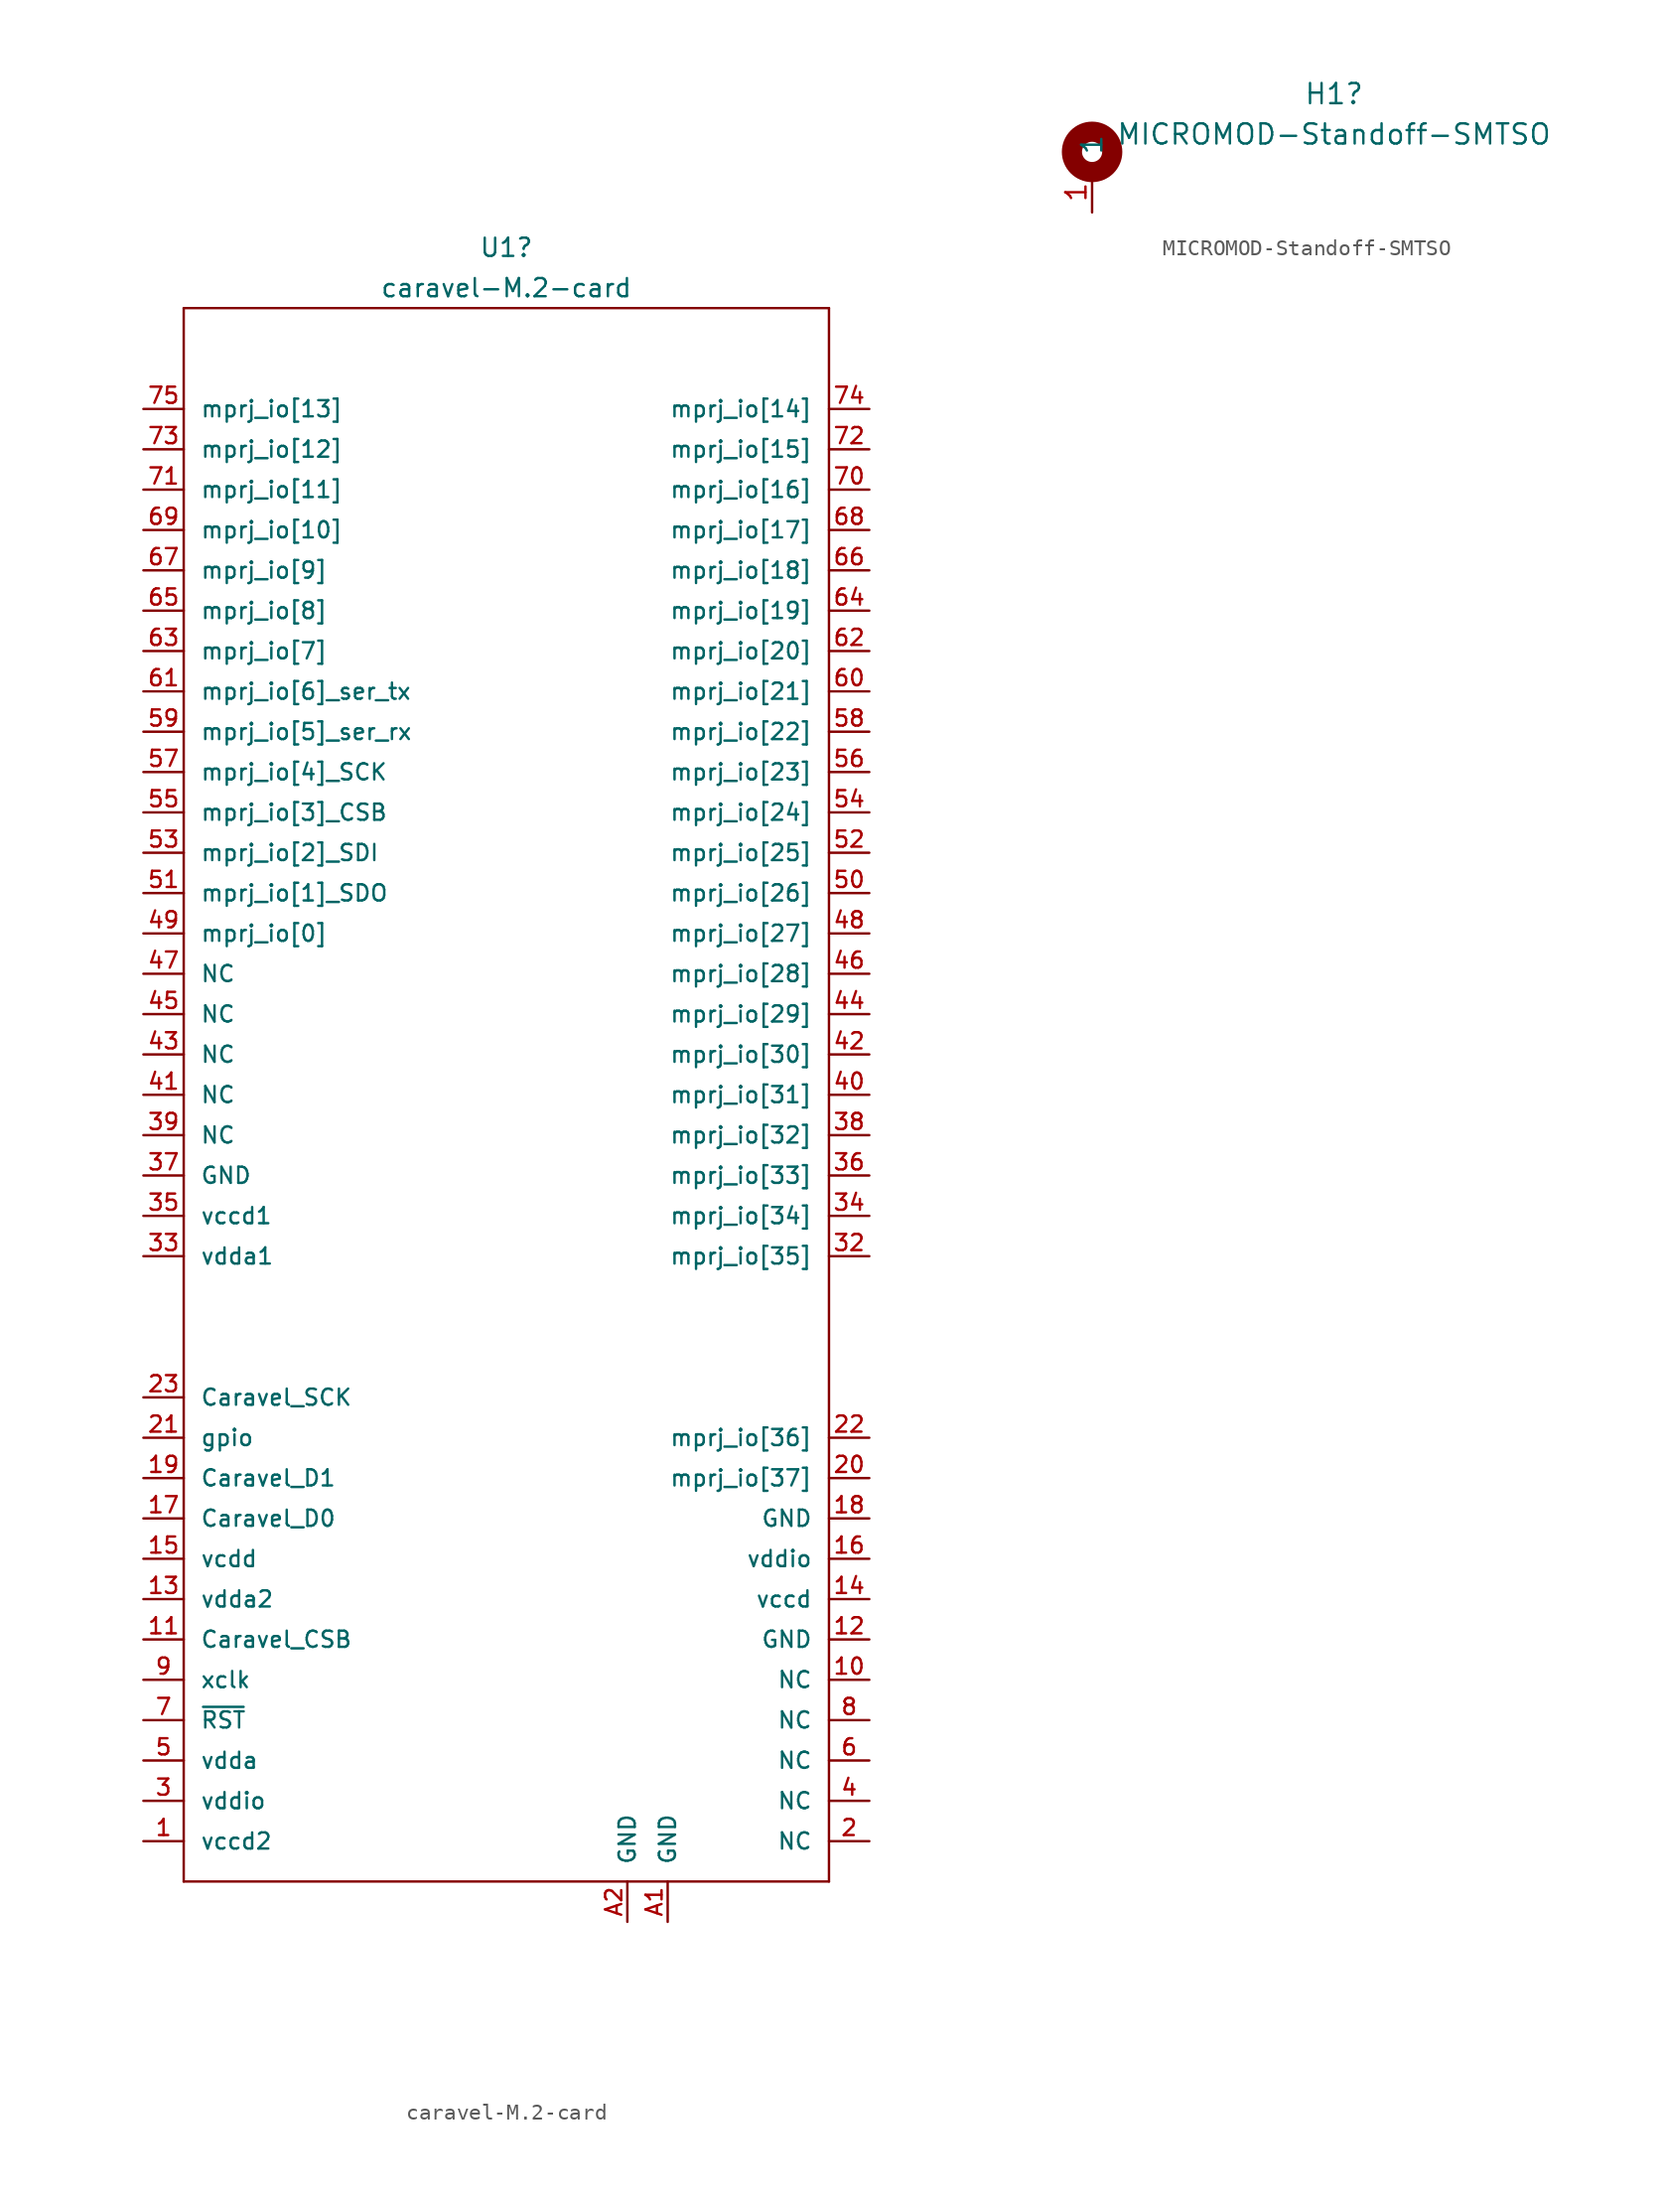
<source format=kicad_sym>
(kicad_symbol_lib
  (version 20220914)
  (generator kicad_symbol_editor)
  (symbol "caravel-M.2-card"
    (pin_names
      (offset 1.016))
    (property "Reference" "U1"
      (at 0 57.15 0)
      (effects (font (size 1.143 1.143))))
    (property "Value" "caravel-M.2-card"
      (at 0 54.61 0)
      (effects (font (size 1.143 1.143))))
    (symbol "caravel-M.2-card_1_0"
      (polyline (pts (xy -20.32 -45.72) (xy -20.32 53.34)) (stroke (width 0) (type default)) (fill (type none)))
      (polyline (pts (xy -20.32 53.34) (xy 20.32 53.34)) (stroke (width 0) (type default)) (fill (type none)))
      (polyline (pts (xy 20.32 -45.72) (xy -20.32 -45.72)) (stroke (width 0) (type default)) (fill (type none)))
      (polyline (pts (xy 20.32 53.34) (xy 20.32 -45.72)) (stroke (width 0) (type default)) (fill (type none))))
    (symbol "caravel-M.2-card_1_1"
      (pin bidirectional line (at -22.86 -43.18 0) (length 2.54) (name "vccd2" (effects (font (size 1.016 1.016)))) (number "1" (effects (font (size 1.016 1.016)))))
      (pin bidirectional line (at 22.86 -33.02 180) (length 2.54) (name "NC" (effects (font (size 1.016 1.016)))) (number "10" (effects (font (size 1.016 1.016)))))
      (pin bidirectional line (at -22.86 -30.48 0) (length 2.54) (name "Caravel_CSB" (effects (font (size 1.016 1.016)))) (number "11" (effects (font (size 1.016 1.016)))))
      (pin bidirectional line (at 22.86 -30.48 180) (length 2.54) (name "GND" (effects (font (size 1.016 1.016)))) (number "12" (effects (font (size 1.016 1.016)))))
      (pin bidirectional line (at -22.86 -27.94 0) (length 2.54) (name "vdda2" (effects (font (size 1.016 1.016)))) (number "13" (effects (font (size 1.016 1.016)))))
      (pin bidirectional line (at 22.86 -27.94 180) (length 2.54) (name "vccd" (effects (font (size 1.016 1.016)))) (number "14" (effects (font (size 1.016 1.016)))))
      (pin bidirectional line (at -22.86 -25.4 0) (length 2.54) (name "vcdd" (effects (font (size 1.016 1.016)))) (number "15" (effects (font (size 1.016 1.016)))))
      (pin bidirectional line (at 22.86 -25.4 180) (length 2.54) (name "vddio" (effects (font (size 1.016 1.016)))) (number "16" (effects (font (size 1.016 1.016)))))
      (pin bidirectional line (at -22.86 -22.86 0) (length 2.54) (name "Caravel_D0" (effects (font (size 1.016 1.016)))) (number "17" (effects (font (size 1.016 1.016)))))
      (pin bidirectional line (at 22.86 -22.86 180) (length 2.54) (name "GND" (effects (font (size 1.016 1.016)))) (number "18" (effects (font (size 1.016 1.016)))))
      (pin bidirectional line (at -22.86 -20.32 0) (length 2.54) (name "Caravel_D1" (effects (font (size 1.016 1.016)))) (number "19" (effects (font (size 1.016 1.016)))))
      (pin bidirectional line (at 22.86 -43.18 180) (length 2.54) (name "NC" (effects (font (size 1.016 1.016)))) (number "2" (effects (font (size 1.016 1.016)))))
      (pin bidirectional line (at 22.86 -20.32 180) (length 2.54) (name "mprj_io[37]" (effects (font (size 1.016 1.016)))) (number "20" (effects (font (size 1.016 1.016)))))
      (pin bidirectional line (at -22.86 -17.78 0) (length 2.54) (name "gpio" (effects (font (size 1.016 1.016)))) (number "21" (effects (font (size 1.016 1.016)))))
      (pin bidirectional line (at 22.86 -17.78 180) (length 2.54) (name "mprj_io[36]" (effects (font (size 1.016 1.016)))) (number "22" (effects (font (size 1.016 1.016)))))
      (pin bidirectional line (at -22.86 -15.24 0) (length 2.54) (name "Caravel_SCK" (effects (font (size 1.016 1.016)))) (number "23" (effects (font (size 1.016 1.016)))))
      (pin bidirectional line (at -22.86 -40.64 0) (length 2.54) (name "vddio" (effects (font (size 1.016 1.016)))) (number "3" (effects (font (size 1.016 1.016)))))
      (pin bidirectional line (at 22.86 -6.35 180) (length 2.54) (name "mprj_io[35]" (effects (font (size 1.016 1.016)))) (number "32" (effects (font (size 1.016 1.016)))))
      (pin bidirectional line (at -22.86 -6.35 0) (length 2.54) (name "vdda1" (effects (font (size 1.016 1.016)))) (number "33" (effects (font (size 1.016 1.016)))))
      (pin bidirectional line (at 22.86 -3.81 180) (length 2.54) (name "mprj_io[34]" (effects (font (size 1.016 1.016)))) (number "34" (effects (font (size 1.016 1.016)))))
      (pin bidirectional line (at -22.86 -3.81 0) (length 2.54) (name "vccd1" (effects (font (size 1.016 1.016)))) (number "35" (effects (font (size 1.016 1.016)))))
      (pin bidirectional line (at 22.86 -1.27 180) (length 2.54) (name "mprj_io[33]" (effects (font (size 1.016 1.016)))) (number "36" (effects (font (size 1.016 1.016)))))
      (pin bidirectional line (at -22.86 -1.27 0) (length 2.54) (name "GND" (effects (font (size 1.016 1.016)))) (number "37" (effects (font (size 1.016 1.016)))))
      (pin bidirectional line (at 22.86 1.27 180) (length 2.54) (name "mprj_io[32]" (effects (font (size 1.016 1.016)))) (number "38" (effects (font (size 1.016 1.016)))))
      (pin bidirectional line (at -22.86 1.27 0) (length 2.54) (name "NC" (effects (font (size 1.016 1.016)))) (number "39" (effects (font (size 1.016 1.016)))))
      (pin bidirectional line (at 22.86 -40.64 180) (length 2.54) (name "NC" (effects (font (size 1.016 1.016)))) (number "4" (effects (font (size 1.016 1.016)))))
      (pin bidirectional line (at 22.86 3.81 180) (length 2.54) (name "mprj_io[31]" (effects (font (size 1.016 1.016)))) (number "40" (effects (font (size 1.016 1.016)))))
      (pin bidirectional line (at -22.86 3.81 0) (length 2.54) (name "NC" (effects (font (size 1.016 1.016)))) (number "41" (effects (font (size 1.016 1.016)))))
      (pin bidirectional line (at 22.86 6.35 180) (length 2.54) (name "mprj_io[30]" (effects (font (size 1.016 1.016)))) (number "42" (effects (font (size 1.016 1.016)))))
      (pin bidirectional line (at -22.86 6.35 0) (length 2.54) (name "NC" (effects (font (size 1.016 1.016)))) (number "43" (effects (font (size 1.016 1.016)))))
      (pin bidirectional line (at 22.86 8.89 180) (length 2.54) (name "mprj_io[29]" (effects (font (size 1.016 1.016)))) (number "44" (effects (font (size 1.016 1.016)))))
      (pin bidirectional line (at -22.86 8.89 0) (length 2.54) (name "NC" (effects (font (size 1.016 1.016)))) (number "45" (effects (font (size 1.016 1.016)))))
      (pin bidirectional line (at 22.86 11.43 180) (length 2.54) (name "mprj_io[28]" (effects (font (size 1.016 1.016)))) (number "46" (effects (font (size 1.016 1.016)))))
      (pin bidirectional line (at -22.86 11.43 0) (length 2.54) (name "NC" (effects (font (size 1.016 1.016)))) (number "47" (effects (font (size 1.016 1.016)))))
      (pin bidirectional line (at 22.86 13.97 180) (length 2.54) (name "mprj_io[27]" (effects (font (size 1.016 1.016)))) (number "48" (effects (font (size 1.016 1.016)))))
      (pin bidirectional line (at -22.86 13.97 0) (length 2.54) (name "mprj_io[0]" (effects (font (size 1.016 1.016)))) (number "49" (effects (font (size 1.016 1.016)))))
      (pin bidirectional line (at -22.86 -38.1 0) (length 2.54) (name "vdda" (effects (font (size 1.016 1.016)))) (number "5" (effects (font (size 1.016 1.016)))))
      (pin bidirectional line (at 22.86 16.51 180) (length 2.54) (name "mprj_io[26]" (effects (font (size 1.016 1.016)))) (number "50" (effects (font (size 1.016 1.016)))))
      (pin bidirectional line (at -22.86 16.51 0) (length 2.54) (name "mprj_io[1]_SDO" (effects (font (size 1.016 1.016)))) (number "51" (effects (font (size 1.016 1.016)))))
      (pin bidirectional line (at 22.86 19.05 180) (length 2.54) (name "mprj_io[25]" (effects (font (size 1.016 1.016)))) (number "52" (effects (font (size 1.016 1.016)))))
      (pin bidirectional line (at -22.86 19.05 0) (length 2.54) (name "mprj_io[2]_SDI" (effects (font (size 1.016 1.016)))) (number "53" (effects (font (size 1.016 1.016)))))
      (pin bidirectional line (at 22.86 21.59 180) (length 2.54) (name "mprj_io[24]" (effects (font (size 1.016 1.016)))) (number "54" (effects (font (size 1.016 1.016)))))
      (pin bidirectional line (at -22.86 21.59 0) (length 2.54) (name "mprj_io[3]_CSB" (effects (font (size 1.016 1.016)))) (number "55" (effects (font (size 1.016 1.016)))))
      (pin bidirectional line (at 22.86 24.13 180) (length 2.54) (name "mprj_io[23]" (effects (font (size 1.016 1.016)))) (number "56" (effects (font (size 1.016 1.016)))))
      (pin bidirectional line (at -22.86 24.13 0) (length 2.54) (name "mprj_io[4]_SCK" (effects (font (size 1.016 1.016)))) (number "57" (effects (font (size 1.016 1.016)))))
      (pin bidirectional line (at 22.86 26.67 180) (length 2.54) (name "mprj_io[22]" (effects (font (size 1.016 1.016)))) (number "58" (effects (font (size 1.016 1.016)))))
      (pin bidirectional line (at -22.86 26.67 0) (length 2.54) (name "mprj_io[5]_ser_rx" (effects (font (size 1.016 1.016)))) (number "59" (effects (font (size 1.016 1.016)))))
      (pin bidirectional line (at 22.86 -38.1 180) (length 2.54) (name "NC" (effects (font (size 1.016 1.016)))) (number "6" (effects (font (size 1.016 1.016)))))
      (pin bidirectional line (at 22.86 29.21 180) (length 2.54) (name "mprj_io[21]" (effects (font (size 1.016 1.016)))) (number "60" (effects (font (size 1.016 1.016)))))
      (pin bidirectional line (at -22.86 29.21 0) (length 2.54) (name "mprj_io[6]_ser_tx" (effects (font (size 1.016 1.016)))) (number "61" (effects (font (size 1.016 1.016)))))
      (pin bidirectional line (at 22.86 31.75 180) (length 2.54) (name "mprj_io[20]" (effects (font (size 1.016 1.016)))) (number "62" (effects (font (size 1.016 1.016)))))
      (pin bidirectional line (at -22.86 31.75 0) (length 2.54) (name "mprj_io[7]" (effects (font (size 1.016 1.016)))) (number "63" (effects (font (size 1.016 1.016)))))
      (pin bidirectional line (at 22.86 34.29 180) (length 2.54) (name "mprj_io[19]" (effects (font (size 1.016 1.016)))) (number "64" (effects (font (size 1.016 1.016)))))
      (pin bidirectional line (at -22.86 34.29 0) (length 2.54) (name "mprj_io[8]" (effects (font (size 1.016 1.016)))) (number "65" (effects (font (size 1.016 1.016)))))
      (pin bidirectional line (at 22.86 36.83 180) (length 2.54) (name "mprj_io[18]" (effects (font (size 1.016 1.016)))) (number "66" (effects (font (size 1.016 1.016)))))
      (pin bidirectional line (at -22.86 36.83 0) (length 2.54) (name "mprj_io[9]" (effects (font (size 1.016 1.016)))) (number "67" (effects (font (size 1.016 1.016)))))
      (pin bidirectional line (at 22.86 39.37 180) (length 2.54) (name "mprj_io[17]" (effects (font (size 1.016 1.016)))) (number "68" (effects (font (size 1.016 1.016)))))
      (pin bidirectional line (at -22.86 39.37 0) (length 2.54) (name "mprj_io[10]" (effects (font (size 1.016 1.016)))) (number "69" (effects (font (size 1.016 1.016)))))
      (pin bidirectional line (at -22.86 -35.56 0) (length 2.54) (name "~{RST}" (effects (font (size 1.016 1.016)))) (number "7" (effects (font (size 1.016 1.016)))))
      (pin bidirectional line (at 22.86 41.91 180) (length 2.54) (name "mprj_io[16]" (effects (font (size 1.016 1.016)))) (number "70" (effects (font (size 1.016 1.016)))))
      (pin bidirectional line (at -22.86 41.91 0) (length 2.54) (name "mprj_io[11]" (effects (font (size 1.016 1.016)))) (number "71" (effects (font (size 1.016 1.016)))))
      (pin bidirectional line (at 22.86 44.45 180) (length 2.54) (name "mprj_io[15]" (effects (font (size 1.016 1.016)))) (number "72" (effects (font (size 1.016 1.016)))))
      (pin bidirectional line (at -22.86 44.45 0) (length 2.54) (name "mprj_io[12]" (effects (font (size 1.016 1.016)))) (number "73" (effects (font (size 1.016 1.016)))))
      (pin bidirectional line (at 22.86 46.99 180) (length 2.54) (name "mprj_io[14]" (effects (font (size 1.016 1.016)))) (number "74" (effects (font (size 1.016 1.016)))))
      (pin bidirectional line (at -22.86 46.99 0) (length 2.54) (name "mprj_io[13]" (effects (font (size 1.016 1.016)))) (number "75" (effects (font (size 1.016 1.016)))))
      (pin bidirectional line (at 22.86 -35.56 180) (length 2.54) (name "NC" (effects (font (size 1.016 1.016)))) (number "8" (effects (font (size 1.016 1.016)))))
      (pin bidirectional line (at -22.86 -33.02 0) (length 2.54) (name "xclk" (effects (font (size 1.016 1.016)))) (number "9" (effects (font (size 1.016 1.016)))))
      (pin bidirectional line (at 10.16 -48.26 90) (length 2.54) (name "GND" (effects (font (size 1.016 1.016)))) (number "A1" (effects (font (size 1.016 1.016)))))
      (pin bidirectional line (at 7.62 -48.26 90) (length 2.54) (name "GND" (effects (font (size 1.016 1.016)))) (number "A2" (effects (font (size 1.016 1.016)))))))
  (symbol "MICROMOD-Standoff-SMTSO"
    (pin_names
      (offset 1.016))
    (property "Reference" "H1"
      (at 15.24 3.648 0)
      (effects (font (size 1.27 1.27))))
    (property "Value" "MICROMOD-Standoff-SMTSO"
      (at 15.24 1.108 0)
      (effects (font (size 1.27 1.27))))
    (symbol "MICROMOD-Standoff-SMTSO_0_1"
      (circle (center 0 0) (radius 1.27) (stroke (width 1.27) (type default)) (fill (type none))))
    (symbol "MICROMOD-Standoff-SMTSO_1_1"
      (pin input line (at 0 -3.81 90) (length 2.54) (name "1" (effects (font (size 1.27 1.27)))) (number "1" (effects (font (size 1.27 1.27))))))))
</source>
